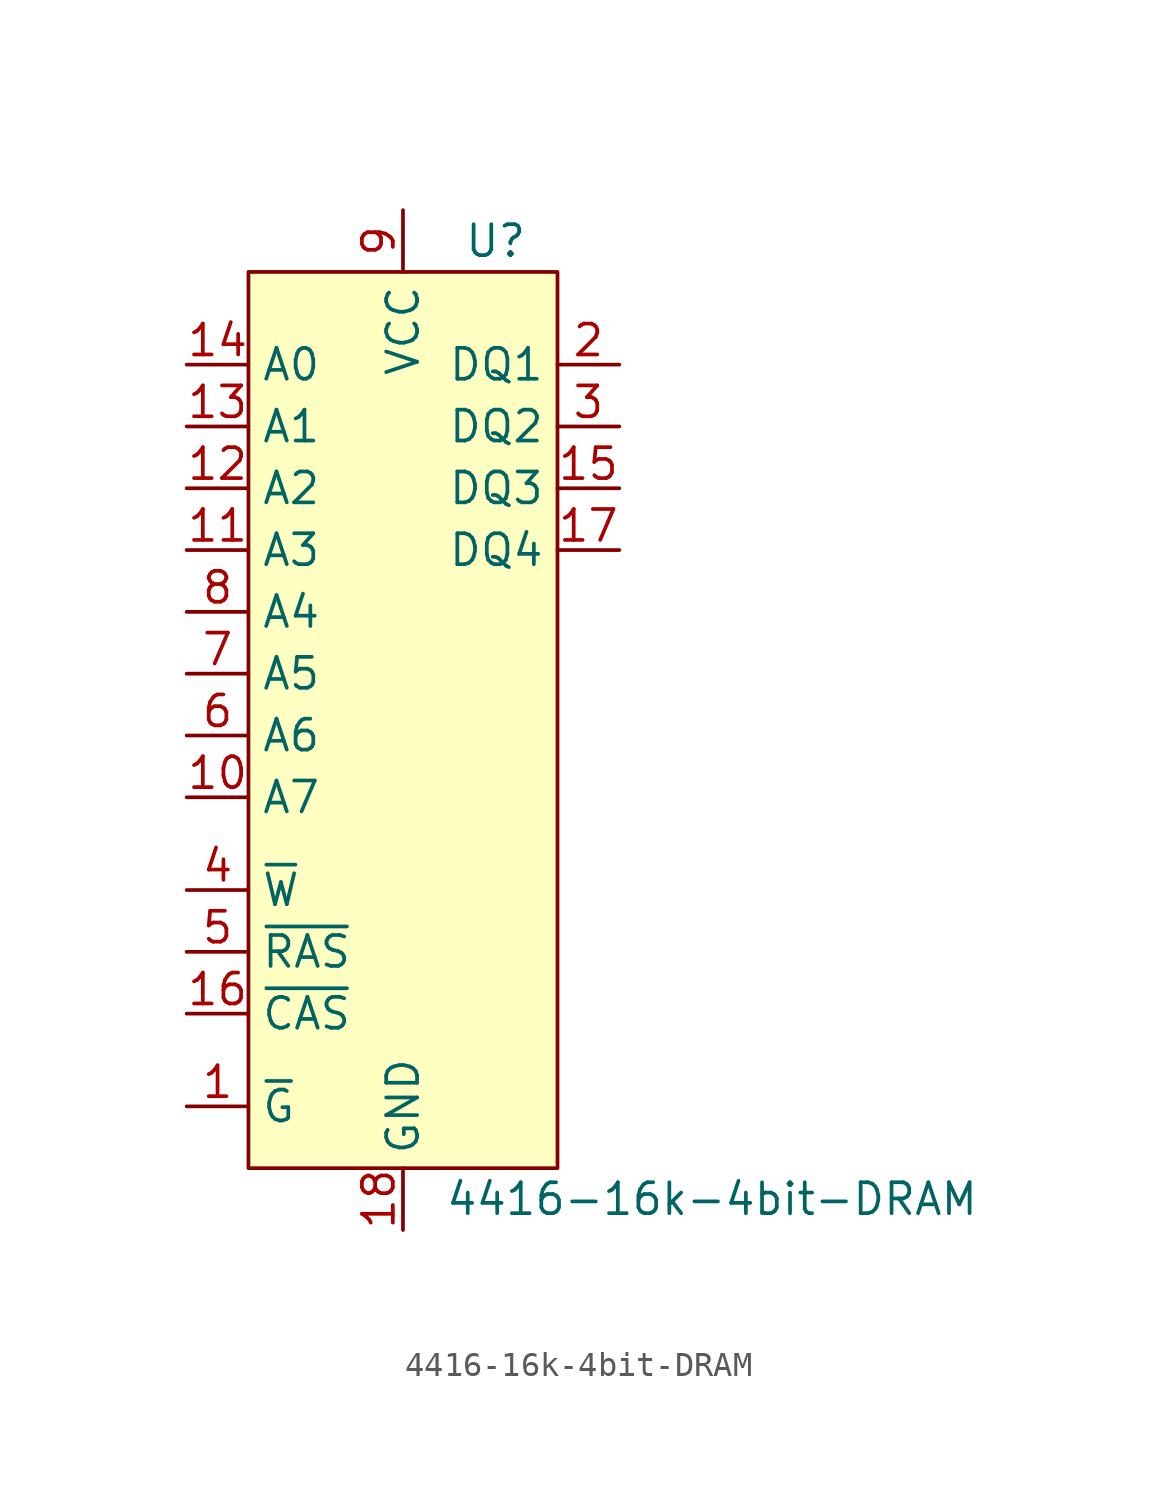
<source format=kicad_sym>
(kicad_symbol_lib
  (version 20220914)
  (generator kicad_symbol_editor)
  (symbol "4416-16k-4bit-DRAM"
    (property "Reference" "U"
      (at 3.81 20.32 0)
      (effects (font (size 1.27 1.27))))
    (property "Value" "4416-16k-4bit-DRAM"
      (at 12.7 -19.05 0)
      (effects (font (size 1.27 1.27))))
    (symbol "4416-16k-4bit-DRAM_0_1"
      (rectangle (start -6.35 19.05) (end 6.35 -17.78) (stroke (width 0) (type default)) (fill (type background))))
    (symbol "4416-16k-4bit-DRAM_1_1"
      (pin input line (at -8.89 -15.24 0) (length 2.54) (name "~{G}" (effects (font (size 1.27 1.27)))) (number "1" (effects (font (size 1.27 1.27)))))
      (pin input line (at -8.89 -2.54 0) (length 2.54) (name "A7" (effects (font (size 1.27 1.27)))) (number "10" (effects (font (size 1.27 1.27)))))
      (pin input line (at -8.89 7.62 0) (length 2.54) (name "A3" (effects (font (size 1.27 1.27)))) (number "11" (effects (font (size 1.27 1.27)))))
      (pin input line (at -8.89 10.16 0) (length 2.54) (name "A2" (effects (font (size 1.27 1.27)))) (number "12" (effects (font (size 1.27 1.27)))))
      (pin input line (at -8.89 12.7 0) (length 2.54) (name "A1" (effects (font (size 1.27 1.27)))) (number "13" (effects (font (size 1.27 1.27)))))
      (pin input line (at -8.89 15.24 0) (length 2.54) (name "A0" (effects (font (size 1.27 1.27)))) (number "14" (effects (font (size 1.27 1.27)))))
      (pin bidirectional line (at 8.89 10.16 180) (length 2.54) (name "DQ3" (effects (font (size 1.27 1.27)))) (number "15" (effects (font (size 1.27 1.27)))))
      (pin input line (at -8.89 -11.43 0) (length 2.54) (name "~{CAS}" (effects (font (size 1.27 1.27)))) (number "16" (effects (font (size 1.27 1.27)))))
      (pin bidirectional line (at 8.89 7.62 180) (length 2.54) (name "DQ4" (effects (font (size 1.27 1.27)))) (number "17" (effects (font (size 1.27 1.27)))))
      (pin power_in line (at 0 -20.32 90) (length 2.54) (name "GND" (effects (font (size 1.27 1.27)))) (number "18" (effects (font (size 1.27 1.27)))))
      (pin bidirectional line (at 8.89 15.24 180) (length 2.54) (name "DQ1" (effects (font (size 1.27 1.27)))) (number "2" (effects (font (size 1.27 1.27)))))
      (pin bidirectional line (at 8.89 12.7 180) (length 2.54) (name "DQ2" (effects (font (size 1.27 1.27)))) (number "3" (effects (font (size 1.27 1.27)))))
      (pin input line (at -8.89 -6.35 0) (length 2.54) (name "~{W}" (effects (font (size 1.27 1.27)))) (number "4" (effects (font (size 1.27 1.27)))))
      (pin input line (at -8.89 -8.89 0) (length 2.54) (name "~{RAS}" (effects (font (size 1.27 1.27)))) (number "5" (effects (font (size 1.27 1.27)))))
      (pin input line (at -8.89 0 0) (length 2.54) (name "A6" (effects (font (size 1.27 1.27)))) (number "6" (effects (font (size 1.27 1.27)))))
      (pin input line (at -8.89 2.54 0) (length 2.54) (name "A5" (effects (font (size 1.27 1.27)))) (number "7" (effects (font (size 1.27 1.27)))))
      (pin input line (at -8.89 5.08 0) (length 2.54) (name "A4" (effects (font (size 1.27 1.27)))) (number "8" (effects (font (size 1.27 1.27)))))
      (pin power_in line (at 0 21.59 270) (length 2.54) (name "VCC" (effects (font (size 1.27 1.27)))) (number "9" (effects (font (size 1.27 1.27))))))))
</source>
